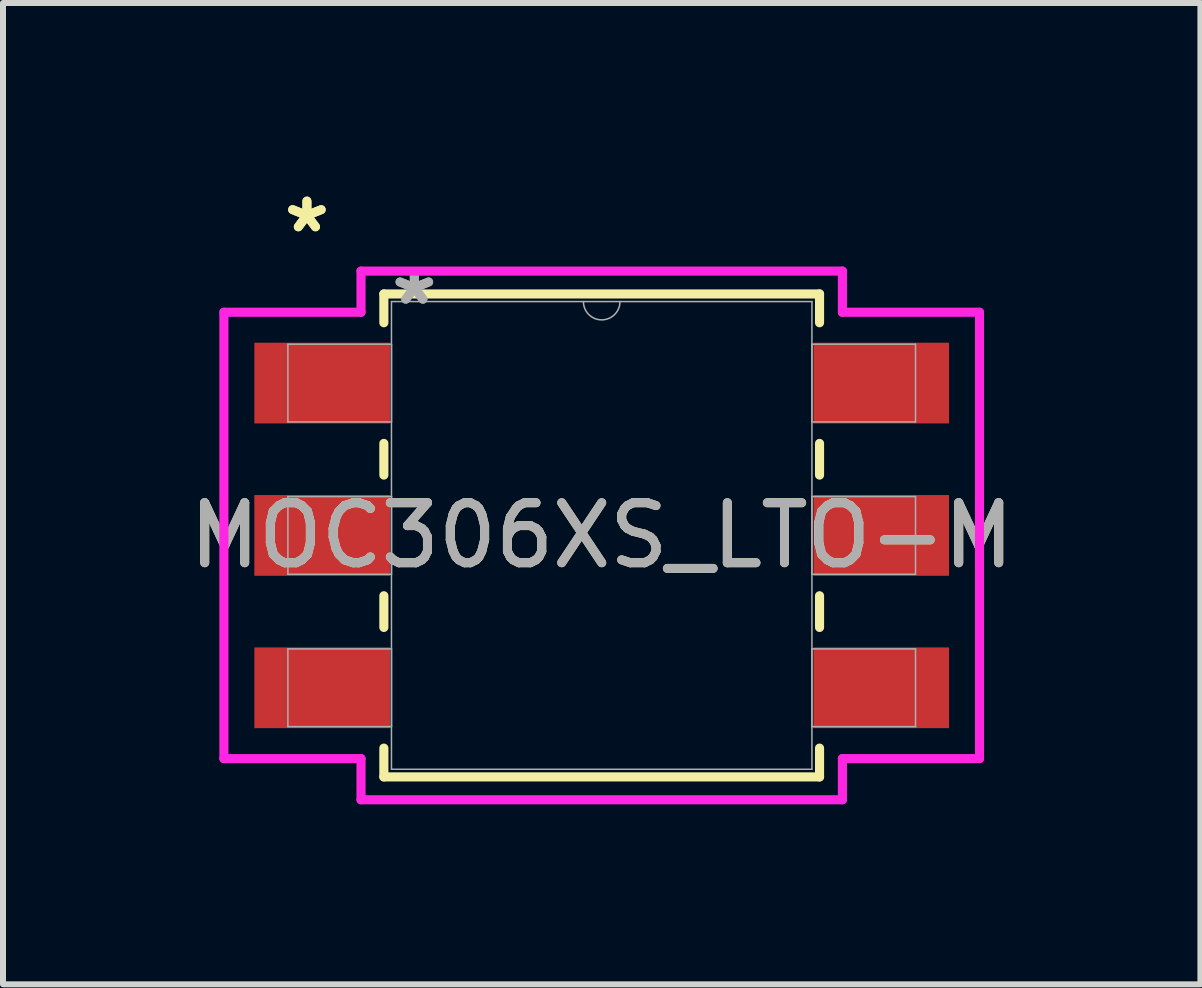
<source format=kicad_pcb>
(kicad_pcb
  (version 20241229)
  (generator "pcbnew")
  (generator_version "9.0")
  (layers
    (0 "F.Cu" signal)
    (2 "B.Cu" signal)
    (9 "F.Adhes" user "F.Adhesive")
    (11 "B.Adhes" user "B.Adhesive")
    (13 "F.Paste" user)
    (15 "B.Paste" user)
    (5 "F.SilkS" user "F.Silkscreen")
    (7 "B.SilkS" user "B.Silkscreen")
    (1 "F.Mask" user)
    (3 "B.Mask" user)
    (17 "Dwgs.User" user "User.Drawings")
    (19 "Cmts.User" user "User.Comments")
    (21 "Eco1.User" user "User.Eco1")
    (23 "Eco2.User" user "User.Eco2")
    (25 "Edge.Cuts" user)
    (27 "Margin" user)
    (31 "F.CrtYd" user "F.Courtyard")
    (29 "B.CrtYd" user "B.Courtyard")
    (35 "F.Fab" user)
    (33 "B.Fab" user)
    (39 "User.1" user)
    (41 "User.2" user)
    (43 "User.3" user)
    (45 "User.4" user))
  (footprint "MOC306XS_LTO-M"
    (layer "F.Cu")
    (at 6.982 5.877)
    (property "Reference" "MOC306XS_LTO-M" (at 0 0 0) (unlocked yes) (layer "F.SilkS") (effects (font (size 1 1) (thickness 0.15))))
    (attr smd)
    (fp_line (start -3.632 -4.026) (end -3.632 -3.546) (stroke (width 0.152) (type solid)) (layer "F.SilkS"))
    (fp_line (start -3.632 -1.534) (end -3.632 -1.006) (stroke (width 0.152) (type solid)) (layer "F.SilkS"))
    (fp_line (start -3.632 1.006) (end -3.632 1.534) (stroke (width 0.152) (type solid)) (layer "F.SilkS"))
    (fp_line (start -3.632 3.546) (end -3.632 4.026) (stroke (width 0.152) (type solid)) (layer "F.SilkS"))
    (fp_line (start -3.632 4.026) (end 3.632 4.026) (stroke (width 0.152) (type solid)) (layer "F.SilkS"))
    (fp_line (start 3.632 -4.026) (end -3.632 -4.026) (stroke (width 0.152) (type solid)) (layer "F.SilkS"))
    (fp_line (start 3.632 -3.546) (end 3.632 -4.026) (stroke (width 0.152) (type solid)) (layer "F.SilkS"))
    (fp_line (start 3.632 -1.006) (end 3.632 -1.534) (stroke (width 0.152) (type solid)) (layer "F.SilkS"))
    (fp_line (start 3.632 1.534) (end 3.632 1.006) (stroke (width 0.152) (type solid)) (layer "F.SilkS"))
    (fp_line (start 3.632 4.026) (end 3.632 3.546) (stroke (width 0.152) (type solid)) (layer "F.SilkS"))
    (fp_line (start -6.299 -3.721) (end -4.013 -3.721) (stroke (width 0.152) (type solid)) (layer "F.CrtYd"))
    (fp_line (start -6.299 3.721) (end -6.299 -3.721) (stroke (width 0.152) (type solid)) (layer "F.CrtYd"))
    (fp_line (start -6.299 3.721) (end -4.013 3.721) (stroke (width 0.152) (type solid)) (layer "F.CrtYd"))
    (fp_line (start -4.013 -4.407) (end 4.013 -4.407) (stroke (width 0.152) (type solid)) (layer "F.CrtYd"))
    (fp_line (start -4.013 -3.721) (end -4.013 -4.407) (stroke (width 0.152) (type solid)) (layer "F.CrtYd"))
    (fp_line (start -4.013 4.407) (end -4.013 3.721) (stroke (width 0.152) (type solid)) (layer "F.CrtYd"))
    (fp_line (start 4.013 -4.407) (end 4.013 -3.721) (stroke (width 0.152) (type solid)) (layer "F.CrtYd"))
    (fp_line (start 4.013 3.721) (end 4.013 4.407) (stroke (width 0.152) (type solid)) (layer "F.CrtYd"))
    (fp_line (start 4.013 4.407) (end -4.013 4.407) (stroke (width 0.152) (type solid)) (layer "F.CrtYd"))
    (fp_line (start 6.299 -3.721) (end 4.013 -3.721) (stroke (width 0.152) (type solid)) (layer "F.CrtYd"))
    (fp_line (start 6.299 -3.721) (end 6.299 3.721) (stroke (width 0.152) (type solid)) (layer "F.CrtYd"))
    (fp_line (start 6.299 3.721) (end 4.013 3.721) (stroke (width 0.152) (type solid)) (layer "F.CrtYd"))
    (fp_line (start -5.232 -3.188) (end -5.232 -1.892) (stroke (width 0.025) (type solid)) (layer "F.Fab"))
    (fp_line (start -5.232 -1.892) (end -3.505 -1.892) (stroke (width 0.025) (type solid)) (layer "F.Fab"))
    (fp_line (start -5.232 -0.648) (end -5.232 0.648) (stroke (width 0.025) (type solid)) (layer "F.Fab"))
    (fp_line (start -5.232 0.648) (end -3.505 0.648) (stroke (width 0.025) (type solid)) (layer "F.Fab"))
    (fp_line (start -5.232 1.892) (end -5.232 3.188) (stroke (width 0.025) (type solid)) (layer "F.Fab"))
    (fp_line (start -5.232 3.188) (end -3.505 3.188) (stroke (width 0.025) (type solid)) (layer "F.Fab"))
    (fp_line (start -3.505 -3.899) (end -3.505 3.899) (stroke (width 0.025) (type solid)) (layer "F.Fab"))
    (fp_line (start -3.505 -3.188) (end -5.232 -3.188) (stroke (width 0.025) (type solid)) (layer "F.Fab"))
    (fp_line (start -3.505 -1.892) (end -3.505 -3.188) (stroke (width 0.025) (type solid)) (layer "F.Fab"))
    (fp_line (start -3.505 -0.648) (end -5.232 -0.648) (stroke (width 0.025) (type solid)) (layer "F.Fab"))
    (fp_line (start -3.505 0.648) (end -3.505 -0.648) (stroke (width 0.025) (type solid)) (layer "F.Fab"))
    (fp_line (start -3.505 1.892) (end -5.232 1.892) (stroke (width 0.025) (type solid)) (layer "F.Fab"))
    (fp_line (start -3.505 3.188) (end -3.505 1.892) (stroke (width 0.025) (type solid)) (layer "F.Fab"))
    (fp_line (start -3.505 3.899) (end 3.505 3.899) (stroke (width 0.025) (type solid)) (layer "F.Fab"))
    (fp_line (start 3.505 -3.899) (end -3.505 -3.899) (stroke (width 0.025) (type solid)) (layer "F.Fab"))
    (fp_line (start 3.505 -3.188) (end 3.505 -1.892) (stroke (width 0.025) (type solid)) (layer "F.Fab"))
    (fp_line (start 3.505 -1.892) (end 5.232 -1.892) (stroke (width 0.025) (type solid)) (layer "F.Fab"))
    (fp_line (start 3.505 -0.648) (end 3.505 0.648) (stroke (width 0.025) (type solid)) (layer "F.Fab"))
    (fp_line (start 3.505 0.648) (end 5.232 0.648) (stroke (width 0.025) (type solid)) (layer "F.Fab"))
    (fp_line (start 3.505 1.892) (end 3.505 3.188) (stroke (width 0.025) (type solid)) (layer "F.Fab"))
    (fp_line (start 3.505 3.188) (end 5.232 3.188) (stroke (width 0.025) (type solid)) (layer "F.Fab"))
    (fp_line (start 3.505 3.899) (end 3.505 -3.899) (stroke (width 0.025) (type solid)) (layer "F.Fab"))
    (fp_line (start 5.232 -3.188) (end 3.505 -3.188) (stroke (width 0.025) (type solid)) (layer "F.Fab"))
    (fp_line (start 5.232 -1.892) (end 5.232 -3.188) (stroke (width 0.025) (type solid)) (layer "F.Fab"))
    (fp_line (start 5.232 -0.648) (end 3.505 -0.648) (stroke (width 0.025) (type solid)) (layer "F.Fab"))
    (fp_line (start 5.232 0.648) (end 5.232 -0.648) (stroke (width 0.025) (type solid)) (layer "F.Fab"))
    (fp_line (start 5.232 1.892) (end 3.505 1.892) (stroke (width 0.025) (type solid)) (layer "F.Fab"))
    (fp_line (start 5.232 3.188) (end 5.232 1.892) (stroke (width 0.025) (type solid)) (layer "F.Fab"))
    (fp_arc (start 0.3048 -3.8989) (mid 0 -3.5941) (end -0.3048 -3.8989) (stroke (width 0.0254) (type solid)) (layer "F.Fab"))
    (fp_text user "*" (at -4.915 -5.029 0) (layer "F.SilkS") (effects (font (size 1 1) (thickness 0.15))))
    (fp_text user "*" (at -4.915 -5.029 0) (unlocked yes) (layer "F.SilkS") (effects (font (size 1 1) (thickness 0.15))))
    (fp_text user "*" (at -3.124 -3.823 0) (layer "F.Fab") (effects (font (size 1 1) (thickness 0.15))))
    (fp_text user "${REFERENCE}" (at 0 0 0) (unlocked yes) (layer "F.Fab") (effects (font (size 1 1) (thickness 0.15))))
    (fp_text user "*" (at -3.124 -3.823 0) (unlocked yes) (layer "F.Fab") (effects (font (size 1 1) (thickness 0.15))))
    (pad "1" smd rect (at -4.661 -2.54) (size 2.261 1.346) (layers "F.Cu" "F.Mask" "F.Paste"))
    (pad "2" smd rect (at -4.661 0) (size 2.261 1.346) (layers "F.Cu" "F.Mask" "F.Paste"))
    (pad "3" smd rect (at -4.661 2.54) (size 2.261 1.346) (layers "F.Cu" "F.Mask" "F.Paste"))
    (pad "4" smd rect (at 4.661 2.54) (size 2.261 1.346) (layers "F.Cu" "F.Mask" "F.Paste"))
    (pad "5" smd rect (at 4.661 0) (size 2.261 1.346) (layers "F.Cu" "F.Mask" "F.Paste"))
    (pad "6" smd rect (at 4.661 -2.54) (size 2.261 1.346) (layers "F.Cu" "F.Mask" "F.Paste")))
  (gr_rect
    (start -3 -3)
    (end 16.964 13.361)
    (stroke (width 0.1) (type default))
    (fill no)
    (layer "Edge.Cuts")))
</source>
